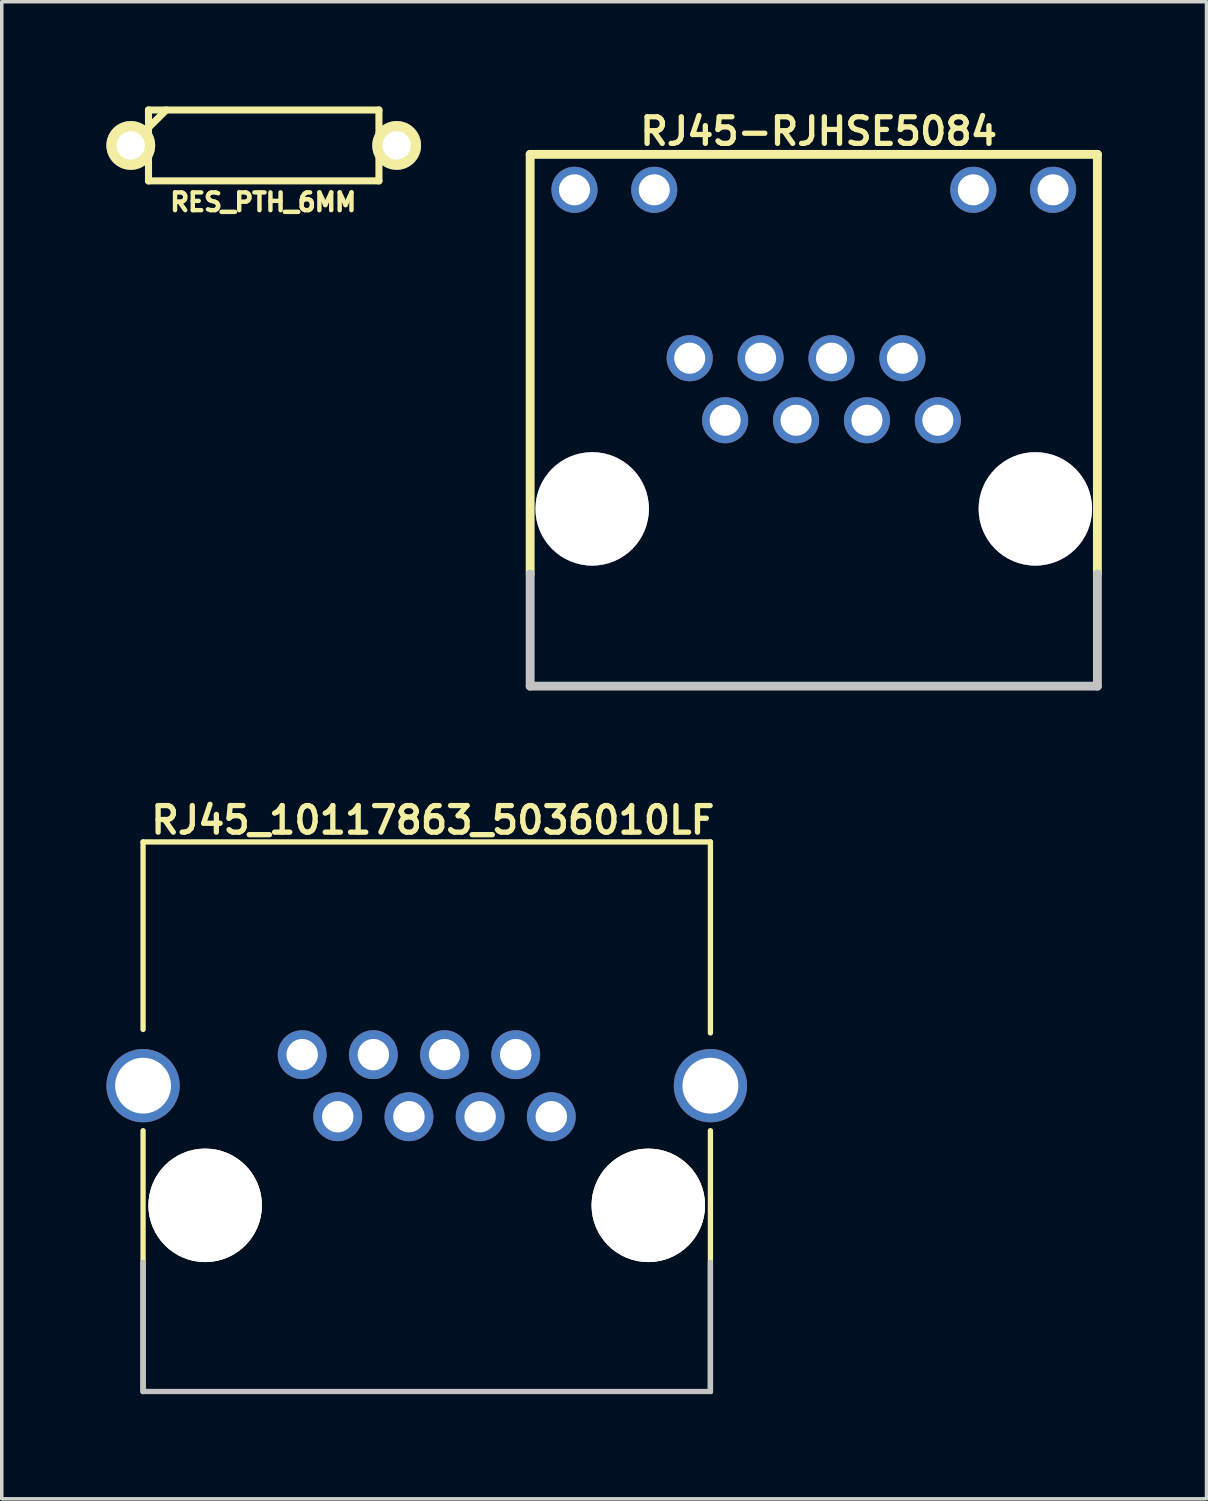
<source format=kicad_pcb>
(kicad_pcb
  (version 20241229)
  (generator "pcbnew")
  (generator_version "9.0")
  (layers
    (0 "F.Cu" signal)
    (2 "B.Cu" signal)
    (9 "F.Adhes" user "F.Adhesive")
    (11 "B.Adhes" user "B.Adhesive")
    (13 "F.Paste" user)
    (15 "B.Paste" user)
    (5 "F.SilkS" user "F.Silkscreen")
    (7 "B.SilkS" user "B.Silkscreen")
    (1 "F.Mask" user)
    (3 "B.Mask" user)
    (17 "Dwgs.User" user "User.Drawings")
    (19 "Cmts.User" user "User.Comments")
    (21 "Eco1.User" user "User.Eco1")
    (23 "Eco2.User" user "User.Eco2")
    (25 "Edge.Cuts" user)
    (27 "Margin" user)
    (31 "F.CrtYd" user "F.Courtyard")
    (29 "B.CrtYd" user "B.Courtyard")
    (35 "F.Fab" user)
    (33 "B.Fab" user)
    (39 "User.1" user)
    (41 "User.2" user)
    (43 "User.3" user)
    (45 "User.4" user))
  (footprint "RJ45-RJHSE5084"
    (layer "F.Cu")
    (at 20.272 8.994)
    (property "Reference" "RJ45-RJHSE5084" (at 0.14 -8.28 0) (layer "F.SilkS") (effects (font (size 0.762 0.762) (thickness 0.152))))
    (attr smd)
    (fp_line (start -8.128 -7.62) (end -8.128 4.407) (stroke (width 0.254) (type solid)) (layer "F.SilkS"))
    (fp_line (start -8.128 -7.62) (end 8.128 -7.62) (stroke (width 0.254) (type solid)) (layer "F.SilkS"))
    (fp_line (start 8.128 4.407) (end 8.128 -7.62) (stroke (width 0.254) (type solid)) (layer "F.SilkS"))
    (fp_line (start -8.128 4.407) (end -8.128 7.62) (stroke (width 0.254) (type solid)) (layer "Dwgs.User"))
    (fp_line (start -8.128 7.62) (end 8.128 7.62) (stroke (width 0.254) (type solid)) (layer "Dwgs.User"))
    (fp_line (start 8.128 4.407) (end 8.128 7.62) (stroke (width 0.254) (type solid)) (layer "Dwgs.User"))
    (pad "1" thru_hole circle (at 3.556 0 180) (size 1.321 1.321) (drill 0.889) (layers "*.Cu" "*.Mask"))
    (pad "2" thru_hole circle (at 2.54 -1.778 180) (size 1.321 1.321) (drill 0.889) (layers "*.Cu" "*.Mask"))
    (pad "3" thru_hole circle (at 1.524 0 180) (size 1.321 1.321) (drill 0.889) (layers "*.Cu" "*.Mask"))
    (pad "4" thru_hole circle (at 0.508 -1.778 180) (size 1.321 1.321) (drill 0.889) (layers "*.Cu" "*.Mask"))
    (pad "5" thru_hole circle (at -0.508 0 180) (size 1.321 1.321) (drill 0.889) (layers "*.Cu" "*.Mask"))
    (pad "6" thru_hole circle (at -1.524 -1.778 180) (size 1.321 1.321) (drill 0.889) (layers "*.Cu" "*.Mask"))
    (pad "7" thru_hole circle (at -2.54 0 180) (size 1.321 1.321) (drill 0.889) (layers "*.Cu" "*.Mask"))
    (pad "8" thru_hole circle (at -3.556 -1.778 180) (size 1.321 1.321) (drill 0.889) (layers "*.Cu" "*.Mask"))
    (pad "9" thru_hole circle (at 6.858 -6.604 180) (size 1.321 1.321) (drill 0.889) (layers "*.Cu" "*.Mask"))
    (pad "10" thru_hole circle (at 4.572 -6.604 180) (size 1.321 1.321) (drill 0.889) (layers "*.Cu" "*.Mask"))
    (pad "11" thru_hole circle (at -4.572 -6.604 180) (size 1.321 1.321) (drill 0.889) (layers "*.Cu" "*.Mask"))
    (pad "12" thru_hole circle (at -6.858 -6.604 180) (size 1.321 1.321) (drill 0.889) (layers "*.Cu" "*.Mask"))
    (pad "13" thru_hole circle (at -6.35 2.54 180) (size 3.251 3.251) (drill 3.251) (layers "*.Cu" "*.Mask"))
    (pad "14" thru_hole circle (at 6.35 2.54 180) (size 3.251 3.251) (drill 3.251) (layers "*.Cu" "*.Mask")))
  (footprint "RES_PTH_6MM"
    (layer "F.Cu")
    (at 4.508 1.118)
    (property "Reference" "RES_PTH_6MM" (at -0.013 1.626 0) (layer "F.SilkS") (effects (font (size 0.508 0.508) (thickness 0.127))))
    (attr through_hole)
    (fp_line (start -3.81 0) (end -3.302 0) (stroke (width 0.203) (type solid)) (layer "F.SilkS"))
    (fp_line (start -3.302 -1.016) (end -3.302 1.016) (stroke (width 0.203) (type solid)) (layer "F.SilkS"))
    (fp_line (start -3.302 -0.508) (end -2.794 -1.016) (stroke (width 0.203) (type solid)) (layer "F.SilkS"))
    (fp_line (start -3.302 1.016) (end 3.302 1.016) (stroke (width 0.203) (type solid)) (layer "F.SilkS"))
    (fp_line (start 3.302 -1.016) (end -3.302 -1.016) (stroke (width 0.203) (type solid)) (layer "F.SilkS"))
    (fp_line (start 3.302 0) (end 3.302 -1.016) (stroke (width 0.203) (type solid)) (layer "F.SilkS"))
    (fp_line (start 3.302 1.016) (end 3.302 0) (stroke (width 0.203) (type solid)) (layer "F.SilkS"))
    (fp_line (start 3.81 0) (end 3.302 0) (stroke (width 0.203) (type solid)) (layer "F.SilkS"))
    (pad "1" thru_hole circle (at -3.81 0) (size 1.397 1.397) (drill 0.813) (layers "*.Cu" "*.Mask" "F.SilkS"))
    (pad "2" thru_hole circle (at 3.81 0) (size 1.397 1.397) (drill 0.813) (layers "*.Cu" "*.Mask" "F.SilkS")))
  (footprint "RJ45_10117863_5036010LF"
    (layer "F.Cu")
    (at 9.18 28.954)
    (property "Reference" "RJ45_10117863_5036010LF" (at 0.175 -8.5 0) (layer "F.SilkS") (effects (font (size 0.762 0.762) (thickness 0.152))))
    (attr smd)
    (fp_line (start -8.13 -7.875) (end -8.13 -2.5) (stroke (width 0.152) (type solid)) (layer "F.SilkS"))
    (fp_line (start -8.13 -7.875) (end 8.13 -7.875) (stroke (width 0.152) (type solid)) (layer "F.SilkS"))
    (fp_line (start -8.13 0.4) (end -8.13 7.875) (stroke (width 0.152) (type solid)) (layer "F.SilkS"))
    (fp_line (start 8.13 -7.875) (end 8.13 -2.4) (stroke (width 0.152) (type solid)) (layer "F.SilkS"))
    (fp_line (start 8.13 0.4) (end 8.13 7.875) (stroke (width 0.152) (type solid)) (layer "F.SilkS"))
    (fp_line (start -8.13 4.175) (end -8.13 7.875) (stroke (width 0.152) (type solid)) (layer "Dwgs.User"))
    (fp_line (start -8.13 7.875) (end 8.13 7.875) (stroke (width 0.152) (type solid)) (layer "Dwgs.User"))
    (fp_line (start 8.13 4.175) (end 8.13 7.875) (stroke (width 0.152) (type solid)) (layer "Dwgs.User"))
    (pad "" np_thru_hole circle (at -6.35 2.54 180) (size 3.251 3.251) (drill 3.25) (layers "*.Cu" "*.Mask" "F.SilkS"))
    (pad "" np_thru_hole circle (at 6.35 2.54 180) (size 3.251 3.251) (drill 3.25) (layers "*.Cu" "*.Mask" "F.SilkS"))
    (pad "1" thru_hole circle (at 3.57 0 180) (size 1.4 1.4) (drill 0.9) (layers "*.Cu" "*.Mask"))
    (pad "2" thru_hole circle (at 2.55 -1.778 180) (size 1.4 1.4) (drill 0.9) (layers "*.Cu" "*.Mask"))
    (pad "3" thru_hole circle (at 1.53 0 180) (size 1.4 1.4) (drill 0.9) (layers "*.Cu" "*.Mask"))
    (pad "4" thru_hole circle (at 0.51 -1.778 180) (size 1.4 1.4) (drill 0.9) (layers "*.Cu" "*.Mask"))
    (pad "5" thru_hole circle (at -0.51 0 180) (size 1.4 1.4) (drill 0.9) (layers "*.Cu" "*.Mask"))
    (pad "6" thru_hole circle (at -1.53 -1.778 180) (size 1.4 1.4) (drill 0.9) (layers "*.Cu" "*.Mask"))
    (pad "7" thru_hole circle (at -2.55 0 180) (size 1.4 1.4) (drill 0.9) (layers "*.Cu" "*.Mask"))
    (pad "8" thru_hole circle (at -3.57 -1.778 180) (size 1.4 1.4) (drill 0.9) (layers "*.Cu" "*.Mask"))
    (pad "9" thru_hole circle (at -8.13 -0.89 180) (size 2.1 2.1) (drill 1.6) (layers "*.Cu" "*.Mask"))
    (pad "10" thru_hole circle (at 8.13 -0.89 180) (size 2.1 2.1) (drill 1.6) (layers "*.Cu" "*.Mask")))
  (gr_rect
    (start -3 -3)
    (end 31.527 39.905)
    (stroke (width 0.1) (type default))
    (fill no)
    (layer "Edge.Cuts")))
</source>
